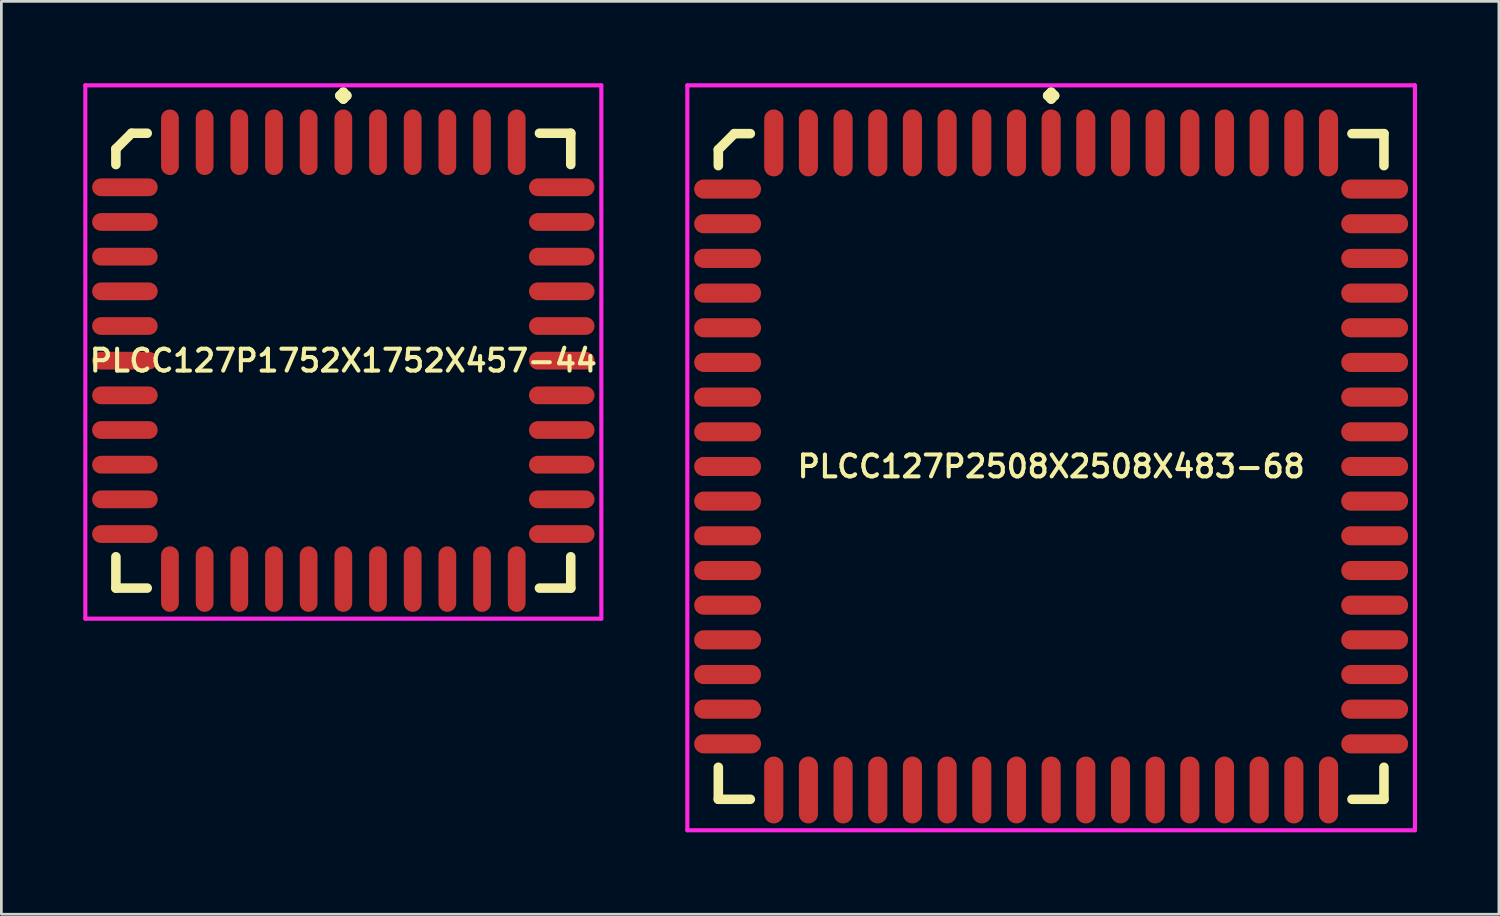
<source format=kicad_pcb>
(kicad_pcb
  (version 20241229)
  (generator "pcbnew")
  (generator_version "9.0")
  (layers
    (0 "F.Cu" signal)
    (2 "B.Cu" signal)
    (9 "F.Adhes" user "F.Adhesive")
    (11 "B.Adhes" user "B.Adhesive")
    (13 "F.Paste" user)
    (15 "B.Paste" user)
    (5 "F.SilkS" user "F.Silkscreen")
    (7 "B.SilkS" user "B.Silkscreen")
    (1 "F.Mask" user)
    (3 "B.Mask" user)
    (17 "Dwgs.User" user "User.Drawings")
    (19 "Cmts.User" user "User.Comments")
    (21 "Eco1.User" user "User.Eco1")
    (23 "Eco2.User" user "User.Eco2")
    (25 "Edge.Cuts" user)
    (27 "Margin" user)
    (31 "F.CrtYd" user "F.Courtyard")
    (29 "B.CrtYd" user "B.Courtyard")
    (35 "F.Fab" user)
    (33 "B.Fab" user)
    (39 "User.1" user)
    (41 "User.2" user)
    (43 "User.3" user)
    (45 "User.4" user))
  (footprint "PLCC127P2508X2508X483-68"
    (layer "F.Cu")
    (at 35.45 14.035)
    (property "Reference" "PLCC127P2508X2508X483-68" (at 0 0 0) (layer "F.SilkS") (effects (font (size 0.8 0.8) (thickness 0.15))))
    (attr smd)
    (fp_line (start -12.19 -11.604) (end -11.604 -12.19) (stroke (width 0.35) (type solid)) (layer "F.SilkS"))
    (fp_line (start -12.19 -11.018) (end -12.19 -11.604) (stroke (width 0.35) (type solid)) (layer "F.SilkS"))
    (fp_line (start -12.19 11.018) (end -12.19 12.19) (stroke (width 0.35) (type solid)) (layer "F.SilkS"))
    (fp_line (start -12.19 12.19) (end -11.018 12.19) (stroke (width 0.35) (type solid)) (layer "F.SilkS"))
    (fp_line (start -11.604 -12.19) (end -11.018 -12.19) (stroke (width 0.35) (type solid)) (layer "F.SilkS"))
    (fp_line (start -0.127 -13.583) (end 0 -13.71) (stroke (width 0.35) (type solid)) (layer "F.SilkS"))
    (fp_line (start 0 -13.71) (end 0.127 -13.583) (stroke (width 0.35) (type solid)) (layer "F.SilkS"))
    (fp_line (start 0 -13.456) (end -0.127 -13.583) (stroke (width 0.35) (type solid)) (layer "F.SilkS"))
    (fp_line (start 0.127 -13.583) (end 0 -13.456) (stroke (width 0.35) (type solid)) (layer "F.SilkS"))
    (fp_line (start 12.19 -12.19) (end 11.018 -12.19) (stroke (width 0.35) (type solid)) (layer "F.SilkS"))
    (fp_line (start 12.19 -11.018) (end 12.19 -12.19) (stroke (width 0.35) (type solid)) (layer "F.SilkS"))
    (fp_line (start 12.19 11.018) (end 12.19 12.19) (stroke (width 0.35) (type solid)) (layer "F.SilkS"))
    (fp_line (start 12.19 12.19) (end 11.018 12.19) (stroke (width 0.35) (type solid)) (layer "F.SilkS"))
    (fp_line (start -13.325 -13.96) (end 13.325 -13.96) (stroke (width 0.15) (type solid)) (layer "F.CrtYd"))
    (fp_line (start -13.325 13.325) (end -13.325 -13.96) (stroke (width 0.15) (type solid)) (layer "F.CrtYd"))
    (fp_line (start 13.325 -13.96) (end 13.325 13.325) (stroke (width 0.15) (type solid)) (layer "F.CrtYd"))
    (fp_line (start 13.325 13.325) (end -13.325 13.325) (stroke (width 0.15) (type solid)) (layer "F.CrtYd"))
    (pad "1" smd oval (at 0 -11.85) (size 0.7 2.45) (layers "F.Cu" "F.Mask" "F.Paste"))
    (pad "2" smd oval (at -1.27 -11.85) (size 0.7 2.45) (layers "F.Cu" "F.Mask" "F.Paste"))
    (pad "3" smd oval (at -2.54 -11.85) (size 0.7 2.45) (layers "F.Cu" "F.Mask" "F.Paste"))
    (pad "4" smd oval (at -3.81 -11.85) (size 0.7 2.45) (layers "F.Cu" "F.Mask" "F.Paste"))
    (pad "5" smd oval (at -5.08 -11.85) (size 0.7 2.45) (layers "F.Cu" "F.Mask" "F.Paste"))
    (pad "6" smd oval (at -6.35 -11.85) (size 0.7 2.45) (layers "F.Cu" "F.Mask" "F.Paste"))
    (pad "7" smd oval (at -7.62 -11.85) (size 0.7 2.45) (layers "F.Cu" "F.Mask" "F.Paste"))
    (pad "8" smd oval (at -8.89 -11.85) (size 0.7 2.45) (layers "F.Cu" "F.Mask" "F.Paste"))
    (pad "9" smd oval (at -10.16 -11.85) (size 0.7 2.45) (layers "F.Cu" "F.Mask" "F.Paste"))
    (pad "10" smd oval (at -11.85 -10.16) (size 2.45 0.7) (layers "F.Cu" "F.Mask" "F.Paste"))
    (pad "11" smd oval (at -11.85 -8.89) (size 2.45 0.7) (layers "F.Cu" "F.Mask" "F.Paste"))
    (pad "12" smd oval (at -11.85 -7.62) (size 2.45 0.7) (layers "F.Cu" "F.Mask" "F.Paste"))
    (pad "13" smd oval (at -11.85 -6.35) (size 2.45 0.7) (layers "F.Cu" "F.Mask" "F.Paste"))
    (pad "14" smd oval (at -11.85 -5.08) (size 2.45 0.7) (layers "F.Cu" "F.Mask" "F.Paste"))
    (pad "15" smd oval (at -11.85 -3.81) (size 2.45 0.7) (layers "F.Cu" "F.Mask" "F.Paste"))
    (pad "16" smd oval (at -11.85 -2.54) (size 2.45 0.7) (layers "F.Cu" "F.Mask" "F.Paste"))
    (pad "17" smd oval (at -11.85 -1.27) (size 2.45 0.7) (layers "F.Cu" "F.Mask" "F.Paste"))
    (pad "18" smd oval (at -11.85 0) (size 2.45 0.7) (layers "F.Cu" "F.Mask" "F.Paste"))
    (pad "19" smd oval (at -11.85 1.27) (size 2.45 0.7) (layers "F.Cu" "F.Mask" "F.Paste"))
    (pad "20" smd oval (at -11.85 2.54) (size 2.45 0.7) (layers "F.Cu" "F.Mask" "F.Paste"))
    (pad "21" smd oval (at -11.85 3.81) (size 2.45 0.7) (layers "F.Cu" "F.Mask" "F.Paste"))
    (pad "22" smd oval (at -11.85 5.08) (size 2.45 0.7) (layers "F.Cu" "F.Mask" "F.Paste"))
    (pad "23" smd oval (at -11.85 6.35) (size 2.45 0.7) (layers "F.Cu" "F.Mask" "F.Paste"))
    (pad "24" smd oval (at -11.85 7.62) (size 2.45 0.7) (layers "F.Cu" "F.Mask" "F.Paste"))
    (pad "25" smd oval (at -11.85 8.89) (size 2.45 0.7) (layers "F.Cu" "F.Mask" "F.Paste"))
    (pad "26" smd oval (at -11.85 10.16) (size 2.45 0.7) (layers "F.Cu" "F.Mask" "F.Paste"))
    (pad "27" smd oval (at -10.16 11.85) (size 0.7 2.45) (layers "F.Cu" "F.Mask" "F.Paste"))
    (pad "28" smd oval (at -8.89 11.85) (size 0.7 2.45) (layers "F.Cu" "F.Mask" "F.Paste"))
    (pad "29" smd oval (at -7.62 11.85) (size 0.7 2.45) (layers "F.Cu" "F.Mask" "F.Paste"))
    (pad "30" smd oval (at -6.35 11.85) (size 0.7 2.45) (layers "F.Cu" "F.Mask" "F.Paste"))
    (pad "31" smd oval (at -5.08 11.85) (size 0.7 2.45) (layers "F.Cu" "F.Mask" "F.Paste"))
    (pad "32" smd oval (at -3.81 11.85) (size 0.7 2.45) (layers "F.Cu" "F.Mask" "F.Paste"))
    (pad "33" smd oval (at -2.54 11.85) (size 0.7 2.45) (layers "F.Cu" "F.Mask" "F.Paste"))
    (pad "34" smd oval (at -1.27 11.85) (size 0.7 2.45) (layers "F.Cu" "F.Mask" "F.Paste"))
    (pad "35" smd oval (at 0 11.85) (size 0.7 2.45) (layers "F.Cu" "F.Mask" "F.Paste"))
    (pad "36" smd oval (at 1.27 11.85) (size 0.7 2.45) (layers "F.Cu" "F.Mask" "F.Paste"))
    (pad "37" smd oval (at 2.54 11.85) (size 0.7 2.45) (layers "F.Cu" "F.Mask" "F.Paste"))
    (pad "38" smd oval (at 3.81 11.85) (size 0.7 2.45) (layers "F.Cu" "F.Mask" "F.Paste"))
    (pad "39" smd oval (at 5.08 11.85) (size 0.7 2.45) (layers "F.Cu" "F.Mask" "F.Paste"))
    (pad "40" smd oval (at 6.35 11.85) (size 0.7 2.45) (layers "F.Cu" "F.Mask" "F.Paste"))
    (pad "41" smd oval (at 7.62 11.85) (size 0.7 2.45) (layers "F.Cu" "F.Mask" "F.Paste"))
    (pad "42" smd oval (at 8.89 11.85) (size 0.7 2.45) (layers "F.Cu" "F.Mask" "F.Paste"))
    (pad "43" smd oval (at 10.16 11.85) (size 0.7 2.45) (layers "F.Cu" "F.Mask" "F.Paste"))
    (pad "44" smd oval (at 11.85 10.16) (size 2.45 0.7) (layers "F.Cu" "F.Mask" "F.Paste"))
    (pad "45" smd oval (at 11.85 8.89) (size 2.45 0.7) (layers "F.Cu" "F.Mask" "F.Paste"))
    (pad "46" smd oval (at 11.85 7.62) (size 2.45 0.7) (layers "F.Cu" "F.Mask" "F.Paste"))
    (pad "47" smd oval (at 11.85 6.35) (size 2.45 0.7) (layers "F.Cu" "F.Mask" "F.Paste"))
    (pad "48" smd oval (at 11.85 5.08) (size 2.45 0.7) (layers "F.Cu" "F.Mask" "F.Paste"))
    (pad "49" smd oval (at 11.85 3.81) (size 2.45 0.7) (layers "F.Cu" "F.Mask" "F.Paste"))
    (pad "50" smd oval (at 11.85 2.54) (size 2.45 0.7) (layers "F.Cu" "F.Mask" "F.Paste"))
    (pad "51" smd oval (at 11.85 1.27) (size 2.45 0.7) (layers "F.Cu" "F.Mask" "F.Paste"))
    (pad "52" smd oval (at 11.85 0) (size 2.45 0.7) (layers "F.Cu" "F.Mask" "F.Paste"))
    (pad "53" smd oval (at 11.85 -1.27) (size 2.45 0.7) (layers "F.Cu" "F.Mask" "F.Paste"))
    (pad "54" smd oval (at 11.85 -2.54) (size 2.45 0.7) (layers "F.Cu" "F.Mask" "F.Paste"))
    (pad "55" smd oval (at 11.85 -3.81) (size 2.45 0.7) (layers "F.Cu" "F.Mask" "F.Paste"))
    (pad "56" smd oval (at 11.85 -5.08) (size 2.45 0.7) (layers "F.Cu" "F.Mask" "F.Paste"))
    (pad "57" smd oval (at 11.85 -6.35) (size 2.45 0.7) (layers "F.Cu" "F.Mask" "F.Paste"))
    (pad "58" smd oval (at 11.85 -7.62) (size 2.45 0.7) (layers "F.Cu" "F.Mask" "F.Paste"))
    (pad "59" smd oval (at 11.85 -8.89) (size 2.45 0.7) (layers "F.Cu" "F.Mask" "F.Paste"))
    (pad "60" smd oval (at 11.85 -10.16) (size 2.45 0.7) (layers "F.Cu" "F.Mask" "F.Paste"))
    (pad "61" smd oval (at 10.16 -11.85) (size 0.7 2.45) (layers "F.Cu" "F.Mask" "F.Paste"))
    (pad "62" smd oval (at 8.89 -11.85) (size 0.7 2.45) (layers "F.Cu" "F.Mask" "F.Paste"))
    (pad "63" smd oval (at 7.62 -11.85) (size 0.7 2.45) (layers "F.Cu" "F.Mask" "F.Paste"))
    (pad "64" smd oval (at 6.35 -11.85) (size 0.7 2.45) (layers "F.Cu" "F.Mask" "F.Paste"))
    (pad "65" smd oval (at 5.08 -11.85) (size 0.7 2.45) (layers "F.Cu" "F.Mask" "F.Paste"))
    (pad "66" smd oval (at 3.81 -11.85) (size 0.7 2.45) (layers "F.Cu" "F.Mask" "F.Paste"))
    (pad "67" smd oval (at 2.54 -11.85) (size 0.7 2.45) (layers "F.Cu" "F.Mask" "F.Paste"))
    (pad "68" smd oval (at 1.27 -11.85) (size 0.7 2.45) (layers "F.Cu" "F.Mask" "F.Paste")))
  (footprint "PLCC127P1752X1752X457-44"
    (layer "F.Cu")
    (at 9.525 10.16)
    (property "Reference" "PLCC127P1752X1752X457-44" (at 0 0 0) (layer "F.SilkS") (effects (font (size 0.8 0.8) (thickness 0.15))))
    (attr smd)
    (fp_line (start -8.33 -7.756) (end -7.756 -8.33) (stroke (width 0.35) (type solid)) (layer "F.SilkS"))
    (fp_line (start -8.33 -7.183) (end -8.33 -7.756) (stroke (width 0.35) (type solid)) (layer "F.SilkS"))
    (fp_line (start -8.33 7.183) (end -8.33 8.33) (stroke (width 0.35) (type solid)) (layer "F.SilkS"))
    (fp_line (start -8.33 8.33) (end -7.183 8.33) (stroke (width 0.35) (type solid)) (layer "F.SilkS"))
    (fp_line (start -7.756 -8.33) (end -7.183 -8.33) (stroke (width 0.35) (type solid)) (layer "F.SilkS"))
    (fp_line (start -0.127 -9.708) (end 0 -9.835) (stroke (width 0.35) (type solid)) (layer "F.SilkS"))
    (fp_line (start 0 -9.835) (end 0.127 -9.708) (stroke (width 0.35) (type solid)) (layer "F.SilkS"))
    (fp_line (start 0 -9.581) (end -0.127 -9.708) (stroke (width 0.35) (type solid)) (layer "F.SilkS"))
    (fp_line (start 0.127 -9.708) (end 0 -9.581) (stroke (width 0.35) (type solid)) (layer "F.SilkS"))
    (fp_line (start 8.33 -8.33) (end 7.183 -8.33) (stroke (width 0.35) (type solid)) (layer "F.SilkS"))
    (fp_line (start 8.33 -7.183) (end 8.33 -8.33) (stroke (width 0.35) (type solid)) (layer "F.SilkS"))
    (fp_line (start 8.33 7.183) (end 8.33 8.33) (stroke (width 0.35) (type solid)) (layer "F.SilkS"))
    (fp_line (start 8.33 8.33) (end 7.183 8.33) (stroke (width 0.35) (type solid)) (layer "F.SilkS"))
    (fp_line (start -9.45 -10.085) (end 9.45 -10.085) (stroke (width 0.15) (type solid)) (layer "F.CrtYd"))
    (fp_line (start -9.45 9.45) (end -9.45 -10.085) (stroke (width 0.15) (type solid)) (layer "F.CrtYd"))
    (fp_line (start 9.45 -10.085) (end 9.45 9.45) (stroke (width 0.15) (type solid)) (layer "F.CrtYd"))
    (fp_line (start 9.45 9.45) (end -9.45 9.45) (stroke (width 0.15) (type solid)) (layer "F.CrtYd"))
    (pad "1" smd oval (at 0 -8) (size 0.65 2.4) (layers "F.Cu" "F.Mask" "F.Paste"))
    (pad "2" smd oval (at -1.27 -8) (size 0.65 2.4) (layers "F.Cu" "F.Mask" "F.Paste"))
    (pad "3" smd oval (at -2.54 -8) (size 0.65 2.4) (layers "F.Cu" "F.Mask" "F.Paste"))
    (pad "4" smd oval (at -3.81 -8) (size 0.65 2.4) (layers "F.Cu" "F.Mask" "F.Paste"))
    (pad "5" smd oval (at -5.08 -8) (size 0.65 2.4) (layers "F.Cu" "F.Mask" "F.Paste"))
    (pad "6" smd oval (at -6.35 -8) (size 0.65 2.4) (layers "F.Cu" "F.Mask" "F.Paste"))
    (pad "7" smd oval (at -8 -6.35) (size 2.4 0.65) (layers "F.Cu" "F.Mask" "F.Paste"))
    (pad "8" smd oval (at -8 -5.08) (size 2.4 0.65) (layers "F.Cu" "F.Mask" "F.Paste"))
    (pad "9" smd oval (at -8 -3.81) (size 2.4 0.65) (layers "F.Cu" "F.Mask" "F.Paste"))
    (pad "10" smd oval (at -8 -2.54) (size 2.4 0.65) (layers "F.Cu" "F.Mask" "F.Paste"))
    (pad "11" smd oval (at -8 -1.27) (size 2.4 0.65) (layers "F.Cu" "F.Mask" "F.Paste"))
    (pad "12" smd oval (at -8 0) (size 2.4 0.65) (layers "F.Cu" "F.Mask" "F.Paste"))
    (pad "13" smd oval (at -8 1.27) (size 2.4 0.65) (layers "F.Cu" "F.Mask" "F.Paste"))
    (pad "14" smd oval (at -8 2.54) (size 2.4 0.65) (layers "F.Cu" "F.Mask" "F.Paste"))
    (pad "15" smd oval (at -8 3.81) (size 2.4 0.65) (layers "F.Cu" "F.Mask" "F.Paste"))
    (pad "16" smd oval (at -8 5.08) (size 2.4 0.65) (layers "F.Cu" "F.Mask" "F.Paste"))
    (pad "17" smd oval (at -8 6.35) (size 2.4 0.65) (layers "F.Cu" "F.Mask" "F.Paste"))
    (pad "18" smd oval (at -6.35 8) (size 0.65 2.4) (layers "F.Cu" "F.Mask" "F.Paste"))
    (pad "19" smd oval (at -5.08 8) (size 0.65 2.4) (layers "F.Cu" "F.Mask" "F.Paste"))
    (pad "20" smd oval (at -3.81 8) (size 0.65 2.4) (layers "F.Cu" "F.Mask" "F.Paste"))
    (pad "21" smd oval (at -2.54 8) (size 0.65 2.4) (layers "F.Cu" "F.Mask" "F.Paste"))
    (pad "22" smd oval (at -1.27 8) (size 0.65 2.4) (layers "F.Cu" "F.Mask" "F.Paste"))
    (pad "23" smd oval (at 0 8) (size 0.65 2.4) (layers "F.Cu" "F.Mask" "F.Paste"))
    (pad "24" smd oval (at 1.27 8) (size 0.65 2.4) (layers "F.Cu" "F.Mask" "F.Paste"))
    (pad "25" smd oval (at 2.54 8) (size 0.65 2.4) (layers "F.Cu" "F.Mask" "F.Paste"))
    (pad "26" smd oval (at 3.81 8) (size 0.65 2.4) (layers "F.Cu" "F.Mask" "F.Paste"))
    (pad "27" smd oval (at 5.08 8) (size 0.65 2.4) (layers "F.Cu" "F.Mask" "F.Paste"))
    (pad "28" smd oval (at 6.35 8) (size 0.65 2.4) (layers "F.Cu" "F.Mask" "F.Paste"))
    (pad "29" smd oval (at 8 6.35) (size 2.4 0.65) (layers "F.Cu" "F.Mask" "F.Paste"))
    (pad "30" smd oval (at 8 5.08) (size 2.4 0.65) (layers "F.Cu" "F.Mask" "F.Paste"))
    (pad "31" smd oval (at 8 3.81) (size 2.4 0.65) (layers "F.Cu" "F.Mask" "F.Paste"))
    (pad "32" smd oval (at 8 2.54) (size 2.4 0.65) (layers "F.Cu" "F.Mask" "F.Paste"))
    (pad "33" smd oval (at 8 1.27) (size 2.4 0.65) (layers "F.Cu" "F.Mask" "F.Paste"))
    (pad "34" smd oval (at 8 0) (size 2.4 0.65) (layers "F.Cu" "F.Mask" "F.Paste"))
    (pad "35" smd oval (at 8 -1.27) (size 2.4 0.65) (layers "F.Cu" "F.Mask" "F.Paste"))
    (pad "36" smd oval (at 8 -2.54) (size 2.4 0.65) (layers "F.Cu" "F.Mask" "F.Paste"))
    (pad "37" smd oval (at 8 -3.81) (size 2.4 0.65) (layers "F.Cu" "F.Mask" "F.Paste"))
    (pad "38" smd oval (at 8 -5.08) (size 2.4 0.65) (layers "F.Cu" "F.Mask" "F.Paste"))
    (pad "39" smd oval (at 8 -6.35) (size 2.4 0.65) (layers "F.Cu" "F.Mask" "F.Paste"))
    (pad "40" smd oval (at 6.35 -8) (size 0.65 2.4) (layers "F.Cu" "F.Mask" "F.Paste"))
    (pad "41" smd oval (at 5.08 -8) (size 0.65 2.4) (layers "F.Cu" "F.Mask" "F.Paste"))
    (pad "42" smd oval (at 3.81 -8) (size 0.65 2.4) (layers "F.Cu" "F.Mask" "F.Paste"))
    (pad "43" smd oval (at 2.54 -8) (size 0.65 2.4) (layers "F.Cu" "F.Mask" "F.Paste"))
    (pad "44" smd oval (at 1.27 -8) (size 0.65 2.4) (layers "F.Cu" "F.Mask" "F.Paste")))
  (gr_rect
    (start -3 -3)
    (end 51.85 30.435)
    (stroke (width 0.1) (type default))
    (fill no)
    (layer "Edge.Cuts")))
</source>
